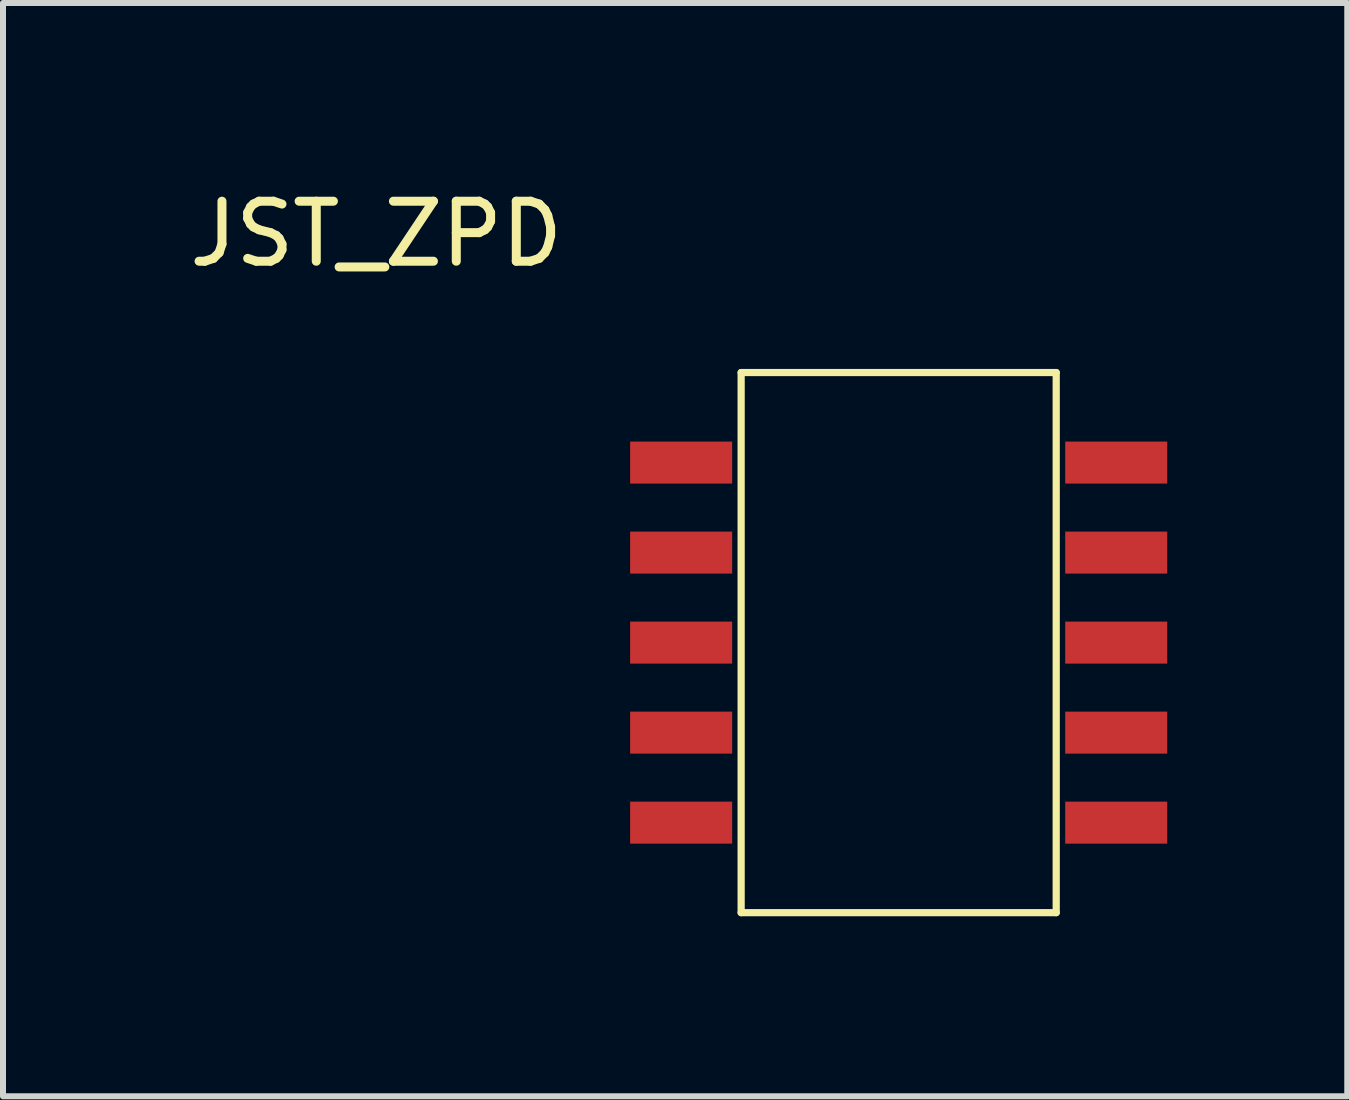
<source format=kicad_pcb>
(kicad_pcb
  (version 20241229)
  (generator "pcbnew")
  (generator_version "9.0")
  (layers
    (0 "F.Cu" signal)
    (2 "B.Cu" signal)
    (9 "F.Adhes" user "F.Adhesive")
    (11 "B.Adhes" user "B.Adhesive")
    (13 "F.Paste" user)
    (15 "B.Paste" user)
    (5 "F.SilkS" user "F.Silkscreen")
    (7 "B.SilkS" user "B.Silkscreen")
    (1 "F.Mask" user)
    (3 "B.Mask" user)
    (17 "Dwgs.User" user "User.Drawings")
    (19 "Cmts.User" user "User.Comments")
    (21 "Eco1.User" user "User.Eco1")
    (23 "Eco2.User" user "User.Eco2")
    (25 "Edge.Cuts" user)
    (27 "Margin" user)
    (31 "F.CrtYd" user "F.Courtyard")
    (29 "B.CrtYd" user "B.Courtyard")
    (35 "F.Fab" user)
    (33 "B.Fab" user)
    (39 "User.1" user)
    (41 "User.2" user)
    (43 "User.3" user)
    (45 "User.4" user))
  (footprint "JST_ZPD"
    (layer "F.Cu")
    (at 8.3 4.658)
    (property "Reference" "JST_ZPD" (at -5.08 -3.81 0) (layer "F.SilkS") (effects (font (size 1 1) (thickness 0.15))))
    (attr through_hole)
    (fp_line (start 1 -1.5) (end 6.25 -1.5) (stroke (width 0.12) (type solid)) (layer "F.SilkS"))
    (fp_line (start 1 7.5) (end 1 -1.5) (stroke (width 0.12) (type solid)) (layer "F.SilkS"))
    (fp_line (start 6.25 -1.5) (end 6.25 7.5) (stroke (width 0.12) (type solid)) (layer "F.SilkS"))
    (fp_line (start 6.25 7.5) (end 1 7.5) (stroke (width 0.12) (type solid)) (layer "F.SilkS"))
    (pad "1" smd rect (at 0 0) (size 1.7 0.7) (layers "F.Cu" "F.Mask" "F.Paste"))
    (pad "2" smd rect (at 0 1.5) (size 1.7 0.7) (layers "F.Cu" "F.Mask" "F.Paste"))
    (pad "3" smd rect (at 0 3) (size 1.7 0.7) (layers "F.Cu" "F.Mask" "F.Paste"))
    (pad "4" smd rect (at 0 4.5) (size 1.7 0.7) (layers "F.Cu" "F.Mask" "F.Paste"))
    (pad "5" smd rect (at 0 6) (size 1.7 0.7) (layers "F.Cu" "F.Mask" "F.Paste"))
    (pad "6" smd rect (at 7.25 6) (size 1.7 0.7) (layers "F.Cu" "F.Mask" "F.Paste"))
    (pad "7" smd rect (at 7.25 4.5) (size 1.7 0.7) (layers "F.Cu" "F.Mask" "F.Paste"))
    (pad "8" smd rect (at 7.25 3) (size 1.7 0.7) (layers "F.Cu" "F.Mask" "F.Paste"))
    (pad "9" smd rect (at 7.25 1.5) (size 1.7 0.7) (layers "F.Cu" "F.Mask" "F.Paste"))
    (pad "10" smd rect (at 7.25 0) (size 1.7 0.7) (layers "F.Cu" "F.Mask" "F.Paste")))
  (gr_rect
    (start -3 -3)
    (end 19.4 15.218)
    (stroke (width 0.1) (type default))
    (fill no)
    (layer "Edge.Cuts")))
</source>
